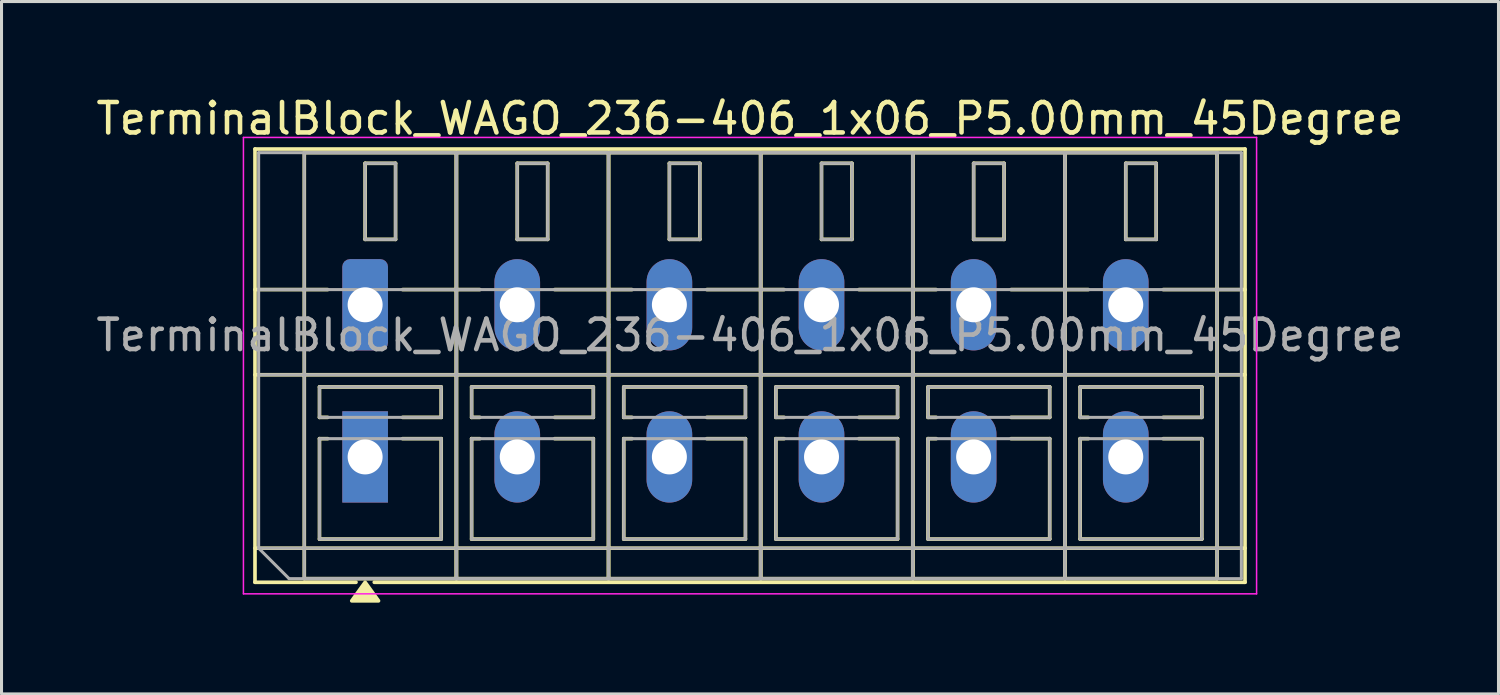
<source format=kicad_pcb>
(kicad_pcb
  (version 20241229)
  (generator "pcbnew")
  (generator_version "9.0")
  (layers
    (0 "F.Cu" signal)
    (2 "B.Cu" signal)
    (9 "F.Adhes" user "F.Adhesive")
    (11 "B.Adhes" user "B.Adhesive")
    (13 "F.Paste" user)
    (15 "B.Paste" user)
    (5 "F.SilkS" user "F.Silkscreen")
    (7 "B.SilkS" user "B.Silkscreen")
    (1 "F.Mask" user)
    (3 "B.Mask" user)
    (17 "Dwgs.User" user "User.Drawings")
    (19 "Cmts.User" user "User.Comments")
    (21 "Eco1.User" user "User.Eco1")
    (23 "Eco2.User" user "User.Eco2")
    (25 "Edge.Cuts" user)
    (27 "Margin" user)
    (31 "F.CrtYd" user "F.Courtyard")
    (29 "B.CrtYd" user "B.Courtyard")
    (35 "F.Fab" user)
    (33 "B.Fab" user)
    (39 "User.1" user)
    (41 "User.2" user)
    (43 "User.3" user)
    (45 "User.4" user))
  (footprint "TerminalBlock_WAGO_236-406_1x06_P5.00mm_45Degree"
    (layer "F.Cu")
    (at 8.951 6.968)
    (property "Reference" "TerminalBlock_WAGO_236-406_1x06_P5.00mm_45Degree" (at 12.65 -6.12 0) (layer "F.SilkS") (effects (font (size 1 1) (thickness 0.15))))
    (attr through_hole)
    (fp_line (start -3.62 -5.12) (end 28.92 -5.12) (stroke (width 0.12) (type solid)) (layer "F.SilkS"))
    (fp_line (start -3.62 -0.5) (end -1.23 -0.5) (stroke (width 0.12) (type solid)) (layer "F.SilkS"))
    (fp_line (start -3.62 2.3) (end 28.92 2.3) (stroke (width 0.12) (type solid)) (layer "F.SilkS"))
    (fp_line (start -3.62 8) (end 28.92 8) (stroke (width 0.12) (type solid)) (layer "F.SilkS"))
    (fp_line (start -3.62 9.12) (end -3.62 -5.12) (stroke (width 0.12) (type solid)) (layer "F.SilkS"))
    (fp_line (start -2 -5) (end 3 -5) (stroke (width 0.12) (type solid)) (layer "F.SilkS"))
    (fp_line (start -2 9) (end -2 -5) (stroke (width 0.12) (type solid)) (layer "F.SilkS"))
    (fp_line (start -1.5 2.7) (end 2.5 2.7) (stroke (width 0.12) (type solid)) (layer "F.SilkS"))
    (fp_line (start -1.5 3.7) (end -1.5 2.7) (stroke (width 0.12) (type solid)) (layer "F.SilkS"))
    (fp_line (start -1.5 4.4) (end -1.23 4.4) (stroke (width 0.12) (type solid)) (layer "F.SilkS"))
    (fp_line (start -1.5 7.7) (end -1.5 4.4) (stroke (width 0.12) (type solid)) (layer "F.SilkS"))
    (fp_line (start -1.23 3.7) (end -1.5 3.7) (stroke (width 0.12) (type solid)) (layer "F.SilkS"))
    (fp_line (start -0.3 9.12) (end -3.62 9.12) (stroke (width 0.12) (type solid)) (layer "F.SilkS"))
    (fp_line (start 0 -4.65) (end 1 -4.65) (stroke (width 0.12) (type solid)) (layer "F.SilkS"))
    (fp_line (start 0 -2.15) (end 0 -4.65) (stroke (width 0.12) (type solid)) (layer "F.SilkS"))
    (fp_line (start 1 -4.65) (end 1 -2.15) (stroke (width 0.12) (type solid)) (layer "F.SilkS"))
    (fp_line (start 1 -2.15) (end 0 -2.15) (stroke (width 0.12) (type solid)) (layer "F.SilkS"))
    (fp_line (start 1.23 -0.5) (end 3.77 -0.5) (stroke (width 0.12) (type solid)) (layer "F.SilkS"))
    (fp_line (start 1.23 4.4) (end 2.5 4.4) (stroke (width 0.12) (type solid)) (layer "F.SilkS"))
    (fp_line (start 2.5 2.7) (end 2.5 3.7) (stroke (width 0.12) (type solid)) (layer "F.SilkS"))
    (fp_line (start 2.5 3.7) (end 1.23 3.7) (stroke (width 0.12) (type solid)) (layer "F.SilkS"))
    (fp_line (start 2.5 4.4) (end 2.5 7.7) (stroke (width 0.12) (type solid)) (layer "F.SilkS"))
    (fp_line (start 2.5 7.7) (end -1.5 7.7) (stroke (width 0.12) (type solid)) (layer "F.SilkS"))
    (fp_line (start 3 -5) (end 3 9) (stroke (width 0.12) (type solid)) (layer "F.SilkS"))
    (fp_line (start 3 -5) (end 8 -5) (stroke (width 0.12) (type solid)) (layer "F.SilkS"))
    (fp_line (start 3 9) (end -2 9) (stroke (width 0.12) (type solid)) (layer "F.SilkS"))
    (fp_line (start 3 9) (end 3 -5) (stroke (width 0.12) (type solid)) (layer "F.SilkS"))
    (fp_line (start 3.5 2.7) (end 7.5 2.7) (stroke (width 0.12) (type solid)) (layer "F.SilkS"))
    (fp_line (start 3.5 3.7) (end 3.5 2.7) (stroke (width 0.12) (type solid)) (layer "F.SilkS"))
    (fp_line (start 3.5 4.4) (end 3.77 4.4) (stroke (width 0.12) (type solid)) (layer "F.SilkS"))
    (fp_line (start 3.5 7.7) (end 3.5 4.4) (stroke (width 0.12) (type solid)) (layer "F.SilkS"))
    (fp_line (start 3.77 3.7) (end 3.5 3.7) (stroke (width 0.12) (type solid)) (layer "F.SilkS"))
    (fp_line (start 5 -4.65) (end 6 -4.65) (stroke (width 0.12) (type solid)) (layer "F.SilkS"))
    (fp_line (start 5 -2.15) (end 5 -4.65) (stroke (width 0.12) (type solid)) (layer "F.SilkS"))
    (fp_line (start 6 -4.65) (end 6 -2.15) (stroke (width 0.12) (type solid)) (layer "F.SilkS"))
    (fp_line (start 6 -2.15) (end 5 -2.15) (stroke (width 0.12) (type solid)) (layer "F.SilkS"))
    (fp_line (start 6.23 -0.5) (end 8.77 -0.5) (stroke (width 0.12) (type solid)) (layer "F.SilkS"))
    (fp_line (start 6.23 4.4) (end 7.5 4.4) (stroke (width 0.12) (type solid)) (layer "F.SilkS"))
    (fp_line (start 7.5 2.7) (end 7.5 3.7) (stroke (width 0.12) (type solid)) (layer "F.SilkS"))
    (fp_line (start 7.5 3.7) (end 6.23 3.7) (stroke (width 0.12) (type solid)) (layer "F.SilkS"))
    (fp_line (start 7.5 4.4) (end 7.5 7.7) (stroke (width 0.12) (type solid)) (layer "F.SilkS"))
    (fp_line (start 7.5 7.7) (end 3.5 7.7) (stroke (width 0.12) (type solid)) (layer "F.SilkS"))
    (fp_line (start 8 -5) (end 8 9) (stroke (width 0.12) (type solid)) (layer "F.SilkS"))
    (fp_line (start 8 -5) (end 13 -5) (stroke (width 0.12) (type solid)) (layer "F.SilkS"))
    (fp_line (start 8 9) (end 3 9) (stroke (width 0.12) (type solid)) (layer "F.SilkS"))
    (fp_line (start 8 9) (end 8 -5) (stroke (width 0.12) (type solid)) (layer "F.SilkS"))
    (fp_line (start 8.5 2.7) (end 12.5 2.7) (stroke (width 0.12) (type solid)) (layer "F.SilkS"))
    (fp_line (start 8.5 3.7) (end 8.5 2.7) (stroke (width 0.12) (type solid)) (layer "F.SilkS"))
    (fp_line (start 8.5 4.4) (end 8.77 4.4) (stroke (width 0.12) (type solid)) (layer "F.SilkS"))
    (fp_line (start 8.5 7.7) (end 8.5 4.4) (stroke (width 0.12) (type solid)) (layer "F.SilkS"))
    (fp_line (start 8.77 3.7) (end 8.5 3.7) (stroke (width 0.12) (type solid)) (layer "F.SilkS"))
    (fp_line (start 10 -4.65) (end 11 -4.65) (stroke (width 0.12) (type solid)) (layer "F.SilkS"))
    (fp_line (start 10 -2.15) (end 10 -4.65) (stroke (width 0.12) (type solid)) (layer "F.SilkS"))
    (fp_line (start 11 -4.65) (end 11 -2.15) (stroke (width 0.12) (type solid)) (layer "F.SilkS"))
    (fp_line (start 11 -2.15) (end 10 -2.15) (stroke (width 0.12) (type solid)) (layer "F.SilkS"))
    (fp_line (start 11.23 -0.5) (end 13.77 -0.5) (stroke (width 0.12) (type solid)) (layer "F.SilkS"))
    (fp_line (start 11.23 4.4) (end 12.5 4.4) (stroke (width 0.12) (type solid)) (layer "F.SilkS"))
    (fp_line (start 12.5 2.7) (end 12.5 3.7) (stroke (width 0.12) (type solid)) (layer "F.SilkS"))
    (fp_line (start 12.5 3.7) (end 11.23 3.7) (stroke (width 0.12) (type solid)) (layer "F.SilkS"))
    (fp_line (start 12.5 4.4) (end 12.5 7.7) (stroke (width 0.12) (type solid)) (layer "F.SilkS"))
    (fp_line (start 12.5 7.7) (end 8.5 7.7) (stroke (width 0.12) (type solid)) (layer "F.SilkS"))
    (fp_line (start 13 -5) (end 13 9) (stroke (width 0.12) (type solid)) (layer "F.SilkS"))
    (fp_line (start 13 -5) (end 18 -5) (stroke (width 0.12) (type solid)) (layer "F.SilkS"))
    (fp_line (start 13 9) (end 8 9) (stroke (width 0.12) (type solid)) (layer "F.SilkS"))
    (fp_line (start 13 9) (end 13 -5) (stroke (width 0.12) (type solid)) (layer "F.SilkS"))
    (fp_line (start 13.5 2.7) (end 17.5 2.7) (stroke (width 0.12) (type solid)) (layer "F.SilkS"))
    (fp_line (start 13.5 3.7) (end 13.5 2.7) (stroke (width 0.12) (type solid)) (layer "F.SilkS"))
    (fp_line (start 13.5 4.4) (end 13.77 4.4) (stroke (width 0.12) (type solid)) (layer "F.SilkS"))
    (fp_line (start 13.5 7.7) (end 13.5 4.4) (stroke (width 0.12) (type solid)) (layer "F.SilkS"))
    (fp_line (start 13.77 3.7) (end 13.5 3.7) (stroke (width 0.12) (type solid)) (layer "F.SilkS"))
    (fp_line (start 15 -4.65) (end 16 -4.65) (stroke (width 0.12) (type solid)) (layer "F.SilkS"))
    (fp_line (start 15 -2.15) (end 15 -4.65) (stroke (width 0.12) (type solid)) (layer "F.SilkS"))
    (fp_line (start 16 -4.65) (end 16 -2.15) (stroke (width 0.12) (type solid)) (layer "F.SilkS"))
    (fp_line (start 16 -2.15) (end 15 -2.15) (stroke (width 0.12) (type solid)) (layer "F.SilkS"))
    (fp_line (start 16.23 -0.5) (end 18.77 -0.5) (stroke (width 0.12) (type solid)) (layer "F.SilkS"))
    (fp_line (start 16.23 4.4) (end 17.5 4.4) (stroke (width 0.12) (type solid)) (layer "F.SilkS"))
    (fp_line (start 17.5 2.7) (end 17.5 3.7) (stroke (width 0.12) (type solid)) (layer "F.SilkS"))
    (fp_line (start 17.5 3.7) (end 16.23 3.7) (stroke (width 0.12) (type solid)) (layer "F.SilkS"))
    (fp_line (start 17.5 4.4) (end 17.5 7.7) (stroke (width 0.12) (type solid)) (layer "F.SilkS"))
    (fp_line (start 17.5 7.7) (end 13.5 7.7) (stroke (width 0.12) (type solid)) (layer "F.SilkS"))
    (fp_line (start 18 -5) (end 18 9) (stroke (width 0.12) (type solid)) (layer "F.SilkS"))
    (fp_line (start 18 -5) (end 23 -5) (stroke (width 0.12) (type solid)) (layer "F.SilkS"))
    (fp_line (start 18 9) (end 13 9) (stroke (width 0.12) (type solid)) (layer "F.SilkS"))
    (fp_line (start 18 9) (end 18 -5) (stroke (width 0.12) (type solid)) (layer "F.SilkS"))
    (fp_line (start 18.5 2.7) (end 22.5 2.7) (stroke (width 0.12) (type solid)) (layer "F.SilkS"))
    (fp_line (start 18.5 3.7) (end 18.5 2.7) (stroke (width 0.12) (type solid)) (layer "F.SilkS"))
    (fp_line (start 18.5 4.4) (end 18.77 4.4) (stroke (width 0.12) (type solid)) (layer "F.SilkS"))
    (fp_line (start 18.5 7.7) (end 18.5 4.4) (stroke (width 0.12) (type solid)) (layer "F.SilkS"))
    (fp_line (start 18.77 3.7) (end 18.5 3.7) (stroke (width 0.12) (type solid)) (layer "F.SilkS"))
    (fp_line (start 20 -4.65) (end 21 -4.65) (stroke (width 0.12) (type solid)) (layer "F.SilkS"))
    (fp_line (start 20 -2.15) (end 20 -4.65) (stroke (width 0.12) (type solid)) (layer "F.SilkS"))
    (fp_line (start 21 -4.65) (end 21 -2.15) (stroke (width 0.12) (type solid)) (layer "F.SilkS"))
    (fp_line (start 21 -2.15) (end 20 -2.15) (stroke (width 0.12) (type solid)) (layer "F.SilkS"))
    (fp_line (start 21.23 -0.5) (end 23.77 -0.5) (stroke (width 0.12) (type solid)) (layer "F.SilkS"))
    (fp_line (start 21.23 4.4) (end 22.5 4.4) (stroke (width 0.12) (type solid)) (layer "F.SilkS"))
    (fp_line (start 22.5 2.7) (end 22.5 3.7) (stroke (width 0.12) (type solid)) (layer "F.SilkS"))
    (fp_line (start 22.5 3.7) (end 21.23 3.7) (stroke (width 0.12) (type solid)) (layer "F.SilkS"))
    (fp_line (start 22.5 4.4) (end 22.5 7.7) (stroke (width 0.12) (type solid)) (layer "F.SilkS"))
    (fp_line (start 22.5 7.7) (end 18.5 7.7) (stroke (width 0.12) (type solid)) (layer "F.SilkS"))
    (fp_line (start 23 -5) (end 23 9) (stroke (width 0.12) (type solid)) (layer "F.SilkS"))
    (fp_line (start 23 -5) (end 28 -5) (stroke (width 0.12) (type solid)) (layer "F.SilkS"))
    (fp_line (start 23 9) (end 18 9) (stroke (width 0.12) (type solid)) (layer "F.SilkS"))
    (fp_line (start 23 9) (end 23 -5) (stroke (width 0.12) (type solid)) (layer "F.SilkS"))
    (fp_line (start 23.5 2.7) (end 27.5 2.7) (stroke (width 0.12) (type solid)) (layer "F.SilkS"))
    (fp_line (start 23.5 3.7) (end 23.5 2.7) (stroke (width 0.12) (type solid)) (layer "F.SilkS"))
    (fp_line (start 23.5 4.4) (end 23.77 4.4) (stroke (width 0.12) (type solid)) (layer "F.SilkS"))
    (fp_line (start 23.5 7.7) (end 23.5 4.4) (stroke (width 0.12) (type solid)) (layer "F.SilkS"))
    (fp_line (start 23.77 3.7) (end 23.5 3.7) (stroke (width 0.12) (type solid)) (layer "F.SilkS"))
    (fp_line (start 25 -4.65) (end 26 -4.65) (stroke (width 0.12) (type solid)) (layer "F.SilkS"))
    (fp_line (start 25 -2.15) (end 25 -4.65) (stroke (width 0.12) (type solid)) (layer "F.SilkS"))
    (fp_line (start 26 -4.65) (end 26 -2.15) (stroke (width 0.12) (type solid)) (layer "F.SilkS"))
    (fp_line (start 26 -2.15) (end 25 -2.15) (stroke (width 0.12) (type solid)) (layer "F.SilkS"))
    (fp_line (start 26.23 -0.5) (end 28.92 -0.5) (stroke (width 0.12) (type solid)) (layer "F.SilkS"))
    (fp_line (start 26.23 4.4) (end 27.5 4.4) (stroke (width 0.12) (type solid)) (layer "F.SilkS"))
    (fp_line (start 27.5 2.7) (end 27.5 3.7) (stroke (width 0.12) (type solid)) (layer "F.SilkS"))
    (fp_line (start 27.5 3.7) (end 26.23 3.7) (stroke (width 0.12) (type solid)) (layer "F.SilkS"))
    (fp_line (start 27.5 4.4) (end 27.5 7.7) (stroke (width 0.12) (type solid)) (layer "F.SilkS"))
    (fp_line (start 27.5 7.7) (end 23.5 7.7) (stroke (width 0.12) (type solid)) (layer "F.SilkS"))
    (fp_line (start 28 -5) (end 28 9) (stroke (width 0.12) (type solid)) (layer "F.SilkS"))
    (fp_line (start 28 9) (end 23 9) (stroke (width 0.12) (type solid)) (layer "F.SilkS"))
    (fp_line (start 28.92 -5.12) (end 28.92 9.12) (stroke (width 0.12) (type solid)) (layer "F.SilkS"))
    (fp_line (start 28.92 9.12) (end 0.3 9.12) (stroke (width 0.12) (type solid)) (layer "F.SilkS"))
    (fp_poly (pts (xy 0 9.12) (xy 0.44 9.73) (xy -0.44 9.73)) (stroke (width 0.12) (type solid)) (fill yes) (layer "F.SilkS"))
    (fp_line (start -4 -5.5) (end -4 9.5) (stroke (width 0.05) (type solid)) (layer "F.CrtYd"))
    (fp_line (start -4 9.5) (end 29.3 9.5) (stroke (width 0.05) (type solid)) (layer "F.CrtYd"))
    (fp_line (start 29.3 -5.5) (end -4 -5.5) (stroke (width 0.05) (type solid)) (layer "F.CrtYd"))
    (fp_line (start 29.3 9.5) (end 29.3 -5.5) (stroke (width 0.05) (type solid)) (layer "F.CrtYd"))
    (fp_line (start -3.5 -5) (end 28.8 -5) (stroke (width 0.1) (type solid)) (layer "F.Fab"))
    (fp_line (start -3.5 -0.5) (end 28.8 -0.5) (stroke (width 0.1) (type solid)) (layer "F.Fab"))
    (fp_line (start -3.5 2.3) (end 28.8 2.3) (stroke (width 0.1) (type solid)) (layer "F.Fab"))
    (fp_line (start -3.5 8) (end -3.5 -5) (stroke (width 0.1) (type solid)) (layer "F.Fab"))
    (fp_line (start -3.5 8) (end 28.8 8) (stroke (width 0.1) (type solid)) (layer "F.Fab"))
    (fp_line (start -2.5 9) (end -3.5 8) (stroke (width 0.1) (type solid)) (layer "F.Fab"))
    (fp_line (start -2 -5) (end -2 9) (stroke (width 0.1) (type solid)) (layer "F.Fab"))
    (fp_line (start -2 9) (end 3 9) (stroke (width 0.1) (type solid)) (layer "F.Fab"))
    (fp_line (start -1.5 2.7) (end -1.5 3.7) (stroke (width 0.1) (type solid)) (layer "F.Fab"))
    (fp_line (start -1.5 3.7) (end 2.5 3.7) (stroke (width 0.1) (type solid)) (layer "F.Fab"))
    (fp_line (start -1.5 4.4) (end -1.5 7.7) (stroke (width 0.1) (type solid)) (layer "F.Fab"))
    (fp_line (start -1.5 7.7) (end 2.5 7.7) (stroke (width 0.1) (type solid)) (layer "F.Fab"))
    (fp_line (start 0 -4.65) (end 0 -2.15) (stroke (width 0.1) (type solid)) (layer "F.Fab"))
    (fp_line (start 0 -2.15) (end 1 -2.15) (stroke (width 0.1) (type solid)) (layer "F.Fab"))
    (fp_line (start 1 -4.65) (end 0 -4.65) (stroke (width 0.1) (type solid)) (layer "F.Fab"))
    (fp_line (start 1 -2.15) (end 1 -4.65) (stroke (width 0.1) (type solid)) (layer "F.Fab"))
    (fp_line (start 2.5 2.7) (end -1.5 2.7) (stroke (width 0.1) (type solid)) (layer "F.Fab"))
    (fp_line (start 2.5 3.7) (end 2.5 2.7) (stroke (width 0.1) (type solid)) (layer "F.Fab"))
    (fp_line (start 2.5 4.4) (end -1.5 4.4) (stroke (width 0.1) (type solid)) (layer "F.Fab"))
    (fp_line (start 2.5 7.7) (end 2.5 4.4) (stroke (width 0.1) (type solid)) (layer "F.Fab"))
    (fp_line (start 3 -5) (end -2 -5) (stroke (width 0.1) (type solid)) (layer "F.Fab"))
    (fp_line (start 3 -5) (end 3 9) (stroke (width 0.1) (type solid)) (layer "F.Fab"))
    (fp_line (start 3 9) (end 3 -5) (stroke (width 0.1) (type solid)) (layer "F.Fab"))
    (fp_line (start 3 9) (end 8 9) (stroke (width 0.1) (type solid)) (layer "F.Fab"))
    (fp_line (start 3.5 2.7) (end 3.5 3.7) (stroke (width 0.1) (type solid)) (layer "F.Fab"))
    (fp_line (start 3.5 3.7) (end 7.5 3.7) (stroke (width 0.1) (type solid)) (layer "F.Fab"))
    (fp_line (start 3.5 4.4) (end 3.5 7.7) (stroke (width 0.1) (type solid)) (layer "F.Fab"))
    (fp_line (start 3.5 7.7) (end 7.5 7.7) (stroke (width 0.1) (type solid)) (layer "F.Fab"))
    (fp_line (start 5 -4.65) (end 5 -2.15) (stroke (width 0.1) (type solid)) (layer "F.Fab"))
    (fp_line (start 5 -2.15) (end 6 -2.15) (stroke (width 0.1) (type solid)) (layer "F.Fab"))
    (fp_line (start 6 -4.65) (end 5 -4.65) (stroke (width 0.1) (type solid)) (layer "F.Fab"))
    (fp_line (start 6 -2.15) (end 6 -4.65) (stroke (width 0.1) (type solid)) (layer "F.Fab"))
    (fp_line (start 7.5 2.7) (end 3.5 2.7) (stroke (width 0.1) (type solid)) (layer "F.Fab"))
    (fp_line (start 7.5 3.7) (end 7.5 2.7) (stroke (width 0.1) (type solid)) (layer "F.Fab"))
    (fp_line (start 7.5 4.4) (end 3.5 4.4) (stroke (width 0.1) (type solid)) (layer "F.Fab"))
    (fp_line (start 7.5 7.7) (end 7.5 4.4) (stroke (width 0.1) (type solid)) (layer "F.Fab"))
    (fp_line (start 8 -5) (end 3 -5) (stroke (width 0.1) (type solid)) (layer "F.Fab"))
    (fp_line (start 8 -5) (end 8 9) (stroke (width 0.1) (type solid)) (layer "F.Fab"))
    (fp_line (start 8 9) (end 8 -5) (stroke (width 0.1) (type solid)) (layer "F.Fab"))
    (fp_line (start 8 9) (end 13 9) (stroke (width 0.1) (type solid)) (layer "F.Fab"))
    (fp_line (start 8.5 2.7) (end 8.5 3.7) (stroke (width 0.1) (type solid)) (layer "F.Fab"))
    (fp_line (start 8.5 3.7) (end 12.5 3.7) (stroke (width 0.1) (type solid)) (layer "F.Fab"))
    (fp_line (start 8.5 4.4) (end 8.5 7.7) (stroke (width 0.1) (type solid)) (layer "F.Fab"))
    (fp_line (start 8.5 7.7) (end 12.5 7.7) (stroke (width 0.1) (type solid)) (layer "F.Fab"))
    (fp_line (start 10 -4.65) (end 10 -2.15) (stroke (width 0.1) (type solid)) (layer "F.Fab"))
    (fp_line (start 10 -2.15) (end 11 -2.15) (stroke (width 0.1) (type solid)) (layer "F.Fab"))
    (fp_line (start 11 -4.65) (end 10 -4.65) (stroke (width 0.1) (type solid)) (layer "F.Fab"))
    (fp_line (start 11 -2.15) (end 11 -4.65) (stroke (width 0.1) (type solid)) (layer "F.Fab"))
    (fp_line (start 12.5 2.7) (end 8.5 2.7) (stroke (width 0.1) (type solid)) (layer "F.Fab"))
    (fp_line (start 12.5 3.7) (end 12.5 2.7) (stroke (width 0.1) (type solid)) (layer "F.Fab"))
    (fp_line (start 12.5 4.4) (end 8.5 4.4) (stroke (width 0.1) (type solid)) (layer "F.Fab"))
    (fp_line (start 12.5 7.7) (end 12.5 4.4) (stroke (width 0.1) (type solid)) (layer "F.Fab"))
    (fp_line (start 13 -5) (end 8 -5) (stroke (width 0.1) (type solid)) (layer "F.Fab"))
    (fp_line (start 13 -5) (end 13 9) (stroke (width 0.1) (type solid)) (layer "F.Fab"))
    (fp_line (start 13 9) (end 13 -5) (stroke (width 0.1) (type solid)) (layer "F.Fab"))
    (fp_line (start 13 9) (end 18 9) (stroke (width 0.1) (type solid)) (layer "F.Fab"))
    (fp_line (start 13.5 2.7) (end 13.5 3.7) (stroke (width 0.1) (type solid)) (layer "F.Fab"))
    (fp_line (start 13.5 3.7) (end 17.5 3.7) (stroke (width 0.1) (type solid)) (layer "F.Fab"))
    (fp_line (start 13.5 4.4) (end 13.5 7.7) (stroke (width 0.1) (type solid)) (layer "F.Fab"))
    (fp_line (start 13.5 7.7) (end 17.5 7.7) (stroke (width 0.1) (type solid)) (layer "F.Fab"))
    (fp_line (start 15 -4.65) (end 15 -2.15) (stroke (width 0.1) (type solid)) (layer "F.Fab"))
    (fp_line (start 15 -2.15) (end 16 -2.15) (stroke (width 0.1) (type solid)) (layer "F.Fab"))
    (fp_line (start 16 -4.65) (end 15 -4.65) (stroke (width 0.1) (type solid)) (layer "F.Fab"))
    (fp_line (start 16 -2.15) (end 16 -4.65) (stroke (width 0.1) (type solid)) (layer "F.Fab"))
    (fp_line (start 17.5 2.7) (end 13.5 2.7) (stroke (width 0.1) (type solid)) (layer "F.Fab"))
    (fp_line (start 17.5 3.7) (end 17.5 2.7) (stroke (width 0.1) (type solid)) (layer "F.Fab"))
    (fp_line (start 17.5 4.4) (end 13.5 4.4) (stroke (width 0.1) (type solid)) (layer "F.Fab"))
    (fp_line (start 17.5 7.7) (end 17.5 4.4) (stroke (width 0.1) (type solid)) (layer "F.Fab"))
    (fp_line (start 18 -5) (end 13 -5) (stroke (width 0.1) (type solid)) (layer "F.Fab"))
    (fp_line (start 18 -5) (end 18 9) (stroke (width 0.1) (type solid)) (layer "F.Fab"))
    (fp_line (start 18 9) (end 18 -5) (stroke (width 0.1) (type solid)) (layer "F.Fab"))
    (fp_line (start 18 9) (end 23 9) (stroke (width 0.1) (type solid)) (layer "F.Fab"))
    (fp_line (start 18.5 2.7) (end 18.5 3.7) (stroke (width 0.1) (type solid)) (layer "F.Fab"))
    (fp_line (start 18.5 3.7) (end 22.5 3.7) (stroke (width 0.1) (type solid)) (layer "F.Fab"))
    (fp_line (start 18.5 4.4) (end 18.5 7.7) (stroke (width 0.1) (type solid)) (layer "F.Fab"))
    (fp_line (start 18.5 7.7) (end 22.5 7.7) (stroke (width 0.1) (type solid)) (layer "F.Fab"))
    (fp_line (start 20 -4.65) (end 20 -2.15) (stroke (width 0.1) (type solid)) (layer "F.Fab"))
    (fp_line (start 20 -2.15) (end 21 -2.15) (stroke (width 0.1) (type solid)) (layer "F.Fab"))
    (fp_line (start 21 -4.65) (end 20 -4.65) (stroke (width 0.1) (type solid)) (layer "F.Fab"))
    (fp_line (start 21 -2.15) (end 21 -4.65) (stroke (width 0.1) (type solid)) (layer "F.Fab"))
    (fp_line (start 22.5 2.7) (end 18.5 2.7) (stroke (width 0.1) (type solid)) (layer "F.Fab"))
    (fp_line (start 22.5 3.7) (end 22.5 2.7) (stroke (width 0.1) (type solid)) (layer "F.Fab"))
    (fp_line (start 22.5 4.4) (end 18.5 4.4) (stroke (width 0.1) (type solid)) (layer "F.Fab"))
    (fp_line (start 22.5 7.7) (end 22.5 4.4) (stroke (width 0.1) (type solid)) (layer "F.Fab"))
    (fp_line (start 23 -5) (end 18 -5) (stroke (width 0.1) (type solid)) (layer "F.Fab"))
    (fp_line (start 23 -5) (end 23 9) (stroke (width 0.1) (type solid)) (layer "F.Fab"))
    (fp_line (start 23 9) (end 23 -5) (stroke (width 0.1) (type solid)) (layer "F.Fab"))
    (fp_line (start 23 9) (end 28 9) (stroke (width 0.1) (type solid)) (layer "F.Fab"))
    (fp_line (start 23.5 2.7) (end 23.5 3.7) (stroke (width 0.1) (type solid)) (layer "F.Fab"))
    (fp_line (start 23.5 3.7) (end 27.5 3.7) (stroke (width 0.1) (type solid)) (layer "F.Fab"))
    (fp_line (start 23.5 4.4) (end 23.5 7.7) (stroke (width 0.1) (type solid)) (layer "F.Fab"))
    (fp_line (start 23.5 7.7) (end 27.5 7.7) (stroke (width 0.1) (type solid)) (layer "F.Fab"))
    (fp_line (start 25 -4.65) (end 25 -2.15) (stroke (width 0.1) (type solid)) (layer "F.Fab"))
    (fp_line (start 25 -2.15) (end 26 -2.15) (stroke (width 0.1) (type solid)) (layer "F.Fab"))
    (fp_line (start 26 -4.65) (end 25 -4.65) (stroke (width 0.1) (type solid)) (layer "F.Fab"))
    (fp_line (start 26 -2.15) (end 26 -4.65) (stroke (width 0.1) (type solid)) (layer "F.Fab"))
    (fp_line (start 27.5 2.7) (end 23.5 2.7) (stroke (width 0.1) (type solid)) (layer "F.Fab"))
    (fp_line (start 27.5 3.7) (end 27.5 2.7) (stroke (width 0.1) (type solid)) (layer "F.Fab"))
    (fp_line (start 27.5 4.4) (end 23.5 4.4) (stroke (width 0.1) (type solid)) (layer "F.Fab"))
    (fp_line (start 27.5 7.7) (end 27.5 4.4) (stroke (width 0.1) (type solid)) (layer "F.Fab"))
    (fp_line (start 28 -5) (end 23 -5) (stroke (width 0.1) (type solid)) (layer "F.Fab"))
    (fp_line (start 28 9) (end 28 -5) (stroke (width 0.1) (type solid)) (layer "F.Fab"))
    (fp_line (start 28.8 -5) (end 28.8 9) (stroke (width 0.1) (type solid)) (layer "F.Fab"))
    (fp_line (start 28.8 9) (end -2.5 9) (stroke (width 0.1) (type solid)) (layer "F.Fab"))
    (fp_text user "${REFERENCE}" (at 12.65 1 0) (layer "F.Fab") (effects (font (size 1 1) (thickness 0.15))))
    (pad "1" thru_hole roundrect (at 0 0) (size 1.5 3) (drill 1.15) (layers "*.Cu" "*.Mask") (roundrect_rratio 0.167))
    (pad "1" thru_hole rect (at 0 5) (size 1.5 3) (drill 1.15) (layers "*.Cu" "*.Mask"))
    (pad "2" thru_hole oval (at 5 0) (size 1.5 3) (drill 1.15) (layers "*.Cu" "*.Mask"))
    (pad "2" thru_hole oval (at 5 5) (size 1.5 3) (drill 1.15) (layers "*.Cu" "*.Mask"))
    (pad "3" thru_hole oval (at 10 0) (size 1.5 3) (drill 1.15) (layers "*.Cu" "*.Mask"))
    (pad "3" thru_hole oval (at 10 5) (size 1.5 3) (drill 1.15) (layers "*.Cu" "*.Mask"))
    (pad "4" thru_hole oval (at 15 0) (size 1.5 3) (drill 1.15) (layers "*.Cu" "*.Mask"))
    (pad "4" thru_hole oval (at 15 5) (size 1.5 3) (drill 1.15) (layers "*.Cu" "*.Mask"))
    (pad "5" thru_hole oval (at 20 0) (size 1.5 3) (drill 1.15) (layers "*.Cu" "*.Mask"))
    (pad "5" thru_hole oval (at 20 5) (size 1.5 3) (drill 1.15) (layers "*.Cu" "*.Mask"))
    (pad "6" thru_hole oval (at 25 0) (size 1.5 3) (drill 1.15) (layers "*.Cu" "*.Mask"))
    (pad "6" thru_hole oval (at 25 5) (size 1.5 3) (drill 1.15) (layers "*.Cu" "*.Mask")))
  (gr_rect
    (start -3 -3)
    (end 46.202 19.758)
    (stroke (width 0.1) (type default))
    (fill no)
    (layer "Edge.Cuts")))
</source>
